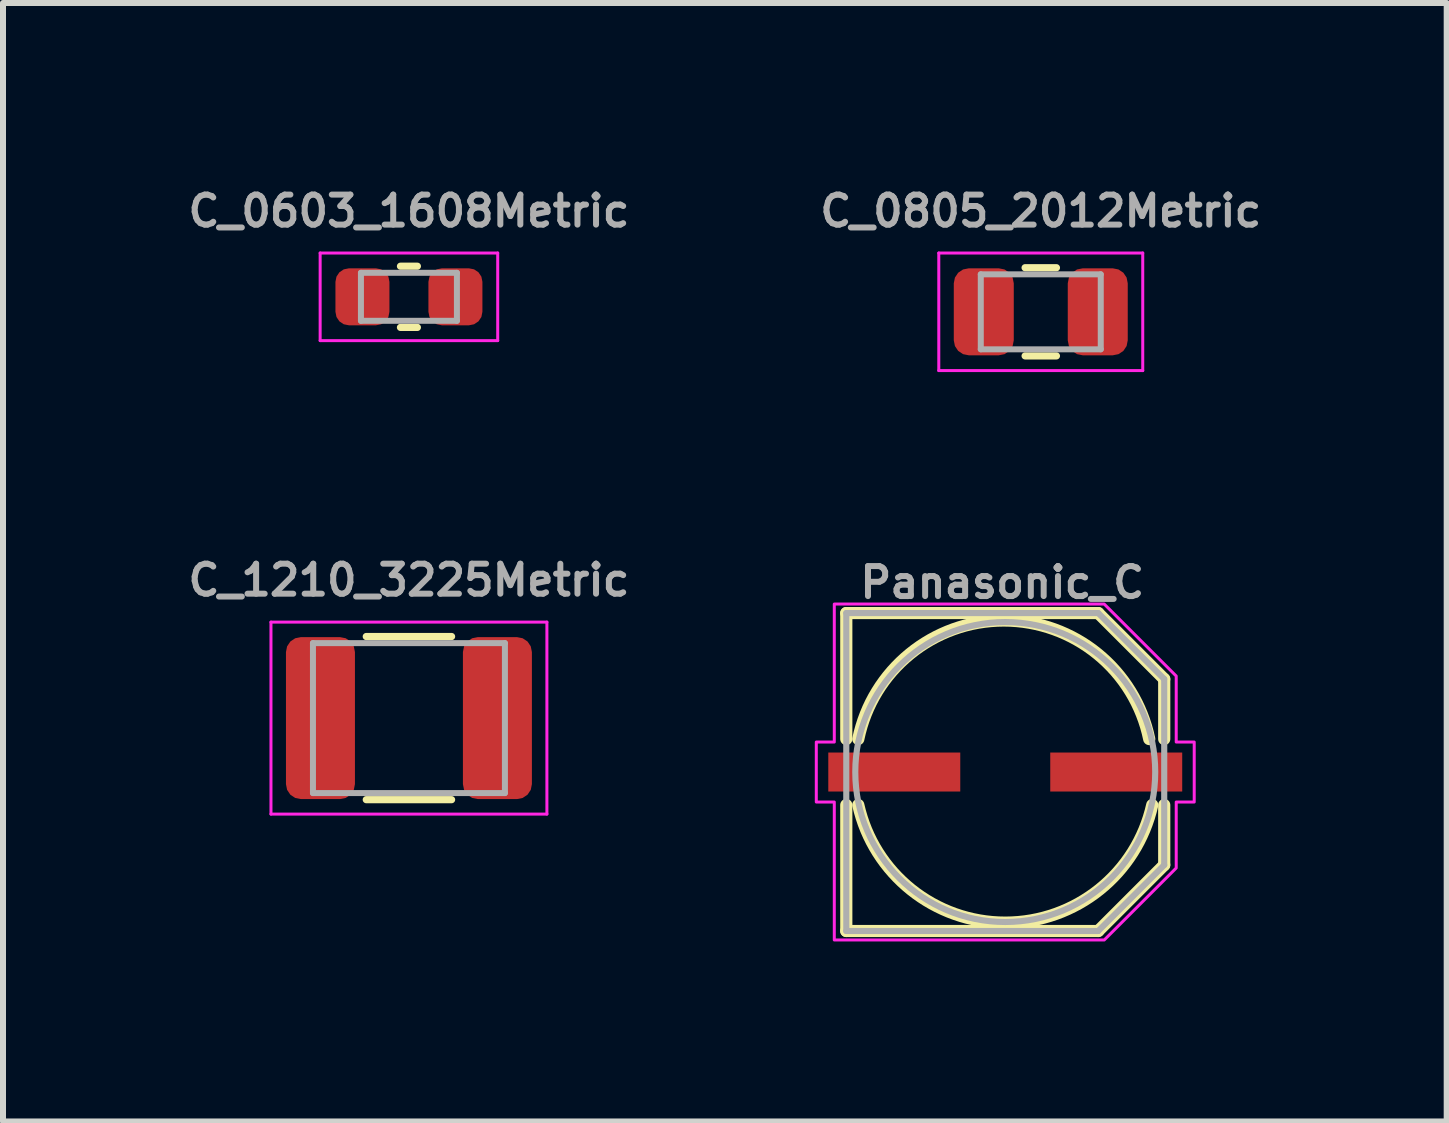
<source format=kicad_pcb>
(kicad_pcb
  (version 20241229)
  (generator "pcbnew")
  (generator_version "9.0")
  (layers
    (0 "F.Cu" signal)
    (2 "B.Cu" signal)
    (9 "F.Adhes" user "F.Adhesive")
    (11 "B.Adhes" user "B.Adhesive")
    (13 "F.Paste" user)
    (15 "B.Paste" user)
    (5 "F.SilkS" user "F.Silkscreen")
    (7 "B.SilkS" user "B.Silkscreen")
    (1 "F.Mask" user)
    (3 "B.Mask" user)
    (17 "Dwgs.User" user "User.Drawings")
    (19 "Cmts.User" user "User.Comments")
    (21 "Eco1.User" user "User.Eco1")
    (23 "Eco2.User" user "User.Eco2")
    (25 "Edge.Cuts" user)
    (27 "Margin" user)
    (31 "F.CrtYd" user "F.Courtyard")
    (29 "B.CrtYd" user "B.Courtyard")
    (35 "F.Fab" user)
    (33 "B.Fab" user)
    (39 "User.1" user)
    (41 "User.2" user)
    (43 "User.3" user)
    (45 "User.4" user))
  (footprint "C_0805_2012Metric"
    (layer "F.Cu")
    (at 14.3 2.148)
    (property "Reference" "C_0805_2012Metric" (at 0 -1.68 0) (layer "F.Fab") (effects (font (size 0.5 0.5) (thickness 0.1) (bold yes))))
    (attr smd)
    (fp_line (start -0.261 -0.735) (end 0.261 -0.735) (stroke (width 0.12) (type solid)) (layer "F.SilkS"))
    (fp_line (start -0.261 0.735) (end 0.261 0.735) (stroke (width 0.12) (type solid)) (layer "F.SilkS"))
    (fp_line (start -1.7 -0.98) (end 1.7 -0.98) (stroke (width 0.05) (type solid)) (layer "F.CrtYd"))
    (fp_line (start -1.7 0.98) (end -1.7 -0.98) (stroke (width 0.05) (type solid)) (layer "F.CrtYd"))
    (fp_line (start 1.7 -0.98) (end 1.7 0.98) (stroke (width 0.05) (type solid)) (layer "F.CrtYd"))
    (fp_line (start 1.7 0.98) (end -1.7 0.98) (stroke (width 0.05) (type solid)) (layer "F.CrtYd"))
    (fp_line (start -1 -0.625) (end 1 -0.625) (stroke (width 0.1) (type solid)) (layer "F.Fab"))
    (fp_line (start -1 0.625) (end -1 -0.625) (stroke (width 0.1) (type solid)) (layer "F.Fab"))
    (fp_line (start 1 -0.625) (end 1 0.625) (stroke (width 0.1) (type solid)) (layer "F.Fab"))
    (fp_line (start 1 0.625) (end -1 0.625) (stroke (width 0.1) (type solid)) (layer "F.Fab"))
    (pad "1" smd roundrect (at -0.95 0) (size 1 1.45) (layers "F.Cu" "F.Mask" "F.Paste") (roundrect_rratio 0.25))
    (pad "2" smd roundrect (at 0.95 0) (size 1 1.45) (layers "F.Cu" "F.Mask" "F.Paste") (roundrect_rratio 0.25)))
  (footprint "C_0603_1608Metric"
    (layer "F.Cu")
    (at 3.767 1.898)
    (property "Reference" "C_0603_1608Metric" (at 0 -1.43 0) (layer "F.Fab") (effects (font (size 0.5 0.5) (thickness 0.1) (bold yes))))
    (attr smd)
    (fp_line (start -0.141 -0.51) (end 0.141 -0.51) (stroke (width 0.12) (type solid)) (layer "F.SilkS"))
    (fp_line (start -0.141 0.51) (end 0.141 0.51) (stroke (width 0.12) (type solid)) (layer "F.SilkS"))
    (fp_line (start -1.48 -0.73) (end 1.48 -0.73) (stroke (width 0.05) (type solid)) (layer "F.CrtYd"))
    (fp_line (start -1.48 0.73) (end -1.48 -0.73) (stroke (width 0.05) (type solid)) (layer "F.CrtYd"))
    (fp_line (start 1.48 -0.73) (end 1.48 0.73) (stroke (width 0.05) (type solid)) (layer "F.CrtYd"))
    (fp_line (start 1.48 0.73) (end -1.48 0.73) (stroke (width 0.05) (type solid)) (layer "F.CrtYd"))
    (fp_line (start -0.8 -0.4) (end 0.8 -0.4) (stroke (width 0.1) (type solid)) (layer "F.Fab"))
    (fp_line (start -0.8 0.4) (end -0.8 -0.4) (stroke (width 0.1) (type solid)) (layer "F.Fab"))
    (fp_line (start 0.8 -0.4) (end 0.8 0.4) (stroke (width 0.1) (type solid)) (layer "F.Fab"))
    (fp_line (start 0.8 0.4) (end -0.8 0.4) (stroke (width 0.1) (type solid)) (layer "F.Fab"))
    (pad "1" smd roundrect (at -0.775 0) (size 0.9 0.95) (layers "F.Cu" "F.Mask" "F.Paste") (roundrect_rratio 0.25))
    (pad "2" smd roundrect (at 0.775 0) (size 0.9 0.95) (layers "F.Cu" "F.Mask" "F.Paste") (roundrect_rratio 0.25)))
  (footprint "C_1210_3225Metric"
    (layer "F.Cu")
    (at 3.767 8.921)
    (property "Reference" "C_1210_3225Metric" (at 0 -2.3 0) (layer "F.Fab") (effects (font (size 0.5 0.5) (thickness 0.1) (bold yes))))
    (attr smd)
    (fp_line (start -0.711 -1.36) (end 0.711 -1.36) (stroke (width 0.12) (type solid)) (layer "F.SilkS"))
    (fp_line (start -0.711 1.36) (end 0.711 1.36) (stroke (width 0.12) (type solid)) (layer "F.SilkS"))
    (fp_line (start -2.3 -1.6) (end 2.3 -1.6) (stroke (width 0.05) (type solid)) (layer "F.CrtYd"))
    (fp_line (start -2.3 1.6) (end -2.3 -1.6) (stroke (width 0.05) (type solid)) (layer "F.CrtYd"))
    (fp_line (start 2.3 -1.6) (end 2.3 1.6) (stroke (width 0.05) (type solid)) (layer "F.CrtYd"))
    (fp_line (start 2.3 1.6) (end -2.3 1.6) (stroke (width 0.05) (type solid)) (layer "F.CrtYd"))
    (fp_line (start -1.6 -1.25) (end 1.6 -1.25) (stroke (width 0.1) (type solid)) (layer "F.Fab"))
    (fp_line (start -1.6 1.25) (end -1.6 -1.25) (stroke (width 0.1) (type solid)) (layer "F.Fab"))
    (fp_line (start 1.6 -1.25) (end 1.6 1.25) (stroke (width 0.1) (type solid)) (layer "F.Fab"))
    (fp_line (start 1.6 1.25) (end -1.6 1.25) (stroke (width 0.1) (type solid)) (layer "F.Fab"))
    (pad "1" smd roundrect (at -1.475 0) (size 1.15 2.7) (layers "F.Cu" "F.Mask" "F.Paste") (roundrect_rratio 0.217))
    (pad "2" smd roundrect (at 1.475 0) (size 1.15 2.7) (layers "F.Cu" "F.Mask" "F.Paste") (roundrect_rratio 0.217)))
  (footprint "Panasonic_C"
    (layer "F.Cu")
    (at 13.658 9.82)
    (property "Reference" "Panasonic_C" (at 0 -2.867 0) (layer "F.Fab") (effects (font (size 0.5 0.5) (thickness 0.1) (bold yes)) (justify bottom)))
    (attr smd)
    (fp_line (start -2.6 -2.65) (end -2.6 -0.55) (stroke (width 0.203) (type solid)) (layer "F.SilkS"))
    (fp_line (start -2.6 -2.65) (end 1.6 -2.65) (stroke (width 0.203) (type solid)) (layer "F.SilkS"))
    (fp_line (start -2.6 2.65) (end -2.6 0.55) (stroke (width 0.203) (type solid)) (layer "F.SilkS"))
    (fp_line (start 1.6 -2.65) (end 2.7 -1.55) (stroke (width 0.203) (type solid)) (layer "F.SilkS"))
    (fp_line (start 1.6 2.65) (end -2.6 2.65) (stroke (width 0.203) (type solid)) (layer "F.SilkS"))
    (fp_line (start 2.7 -1.55) (end 2.7 -0.55) (stroke (width 0.203) (type solid)) (layer "F.SilkS"))
    (fp_line (start 2.7 1.55) (end 1.6 2.65) (stroke (width 0.203) (type solid)) (layer "F.SilkS"))
    (fp_line (start 2.7 1.55) (end 2.7 0.55) (stroke (width 0.203) (type solid)) (layer "F.SilkS"))
    (fp_arc (start -2.4 -0.55) (mid 0.024999 -2.52601) (end 2.449999 -0.55) (stroke (width 0.2032) (type solid)) (layer "F.SilkS"))
    (fp_arc (start 2.5 0.55) (mid 0.049999 2.510977) (end -2.400001 0.55) (stroke (width 0.2032) (type solid)) (layer "F.SilkS"))
    (fp_poly (pts (xy -3.1 -0.5) (xy -2.8 -0.5) (xy -2.8 -2.8) (xy 1.7 -2.8) (xy 2.9 -1.6) (xy 2.9 -0.5) (xy 3.2 -0.5) (xy 3.2 0.5) (xy 2.9 0.5) (xy 2.9 1.6) (xy 1.7 2.8) (xy -2.8 2.8) (xy -2.8 0.5) (xy -3.1 0.5)) (stroke (width 0.05) (type solid)) (fill no) (layer "F.CrtYd"))
    (fp_line (start -2.6 -2.65) (end -2.6 2.65) (stroke (width 0.102) (type solid)) (layer "F.Fab"))
    (fp_line (start -2.6 -2.65) (end 1.6 -2.65) (stroke (width 0.102) (type solid)) (layer "F.Fab"))
    (fp_line (start 1.6 -2.65) (end 2.7 -1.55) (stroke (width 0.102) (type solid)) (layer "F.Fab"))
    (fp_line (start 1.6 2.65) (end -2.6 2.65) (stroke (width 0.102) (type solid)) (layer "F.Fab"))
    (fp_line (start 2.7 -1.55) (end 2.7 1.55) (stroke (width 0.102) (type solid)) (layer "F.Fab"))
    (fp_line (start 2.7 1.55) (end 1.6 2.65) (stroke (width 0.102) (type solid)) (layer "F.Fab"))
    (fp_circle (center 0.05 0) (end 2.55 0) (stroke (width 0.102) (type solid)) (fill no) (layer "F.Fab"))
    (pad "1" smd rect (at 1.9 0) (size 2.2 0.65) (layers "F.Cu" "F.Mask" "F.Paste"))
    (pad "2" smd rect (at -1.8 0) (size 2.2 0.65) (layers "F.Cu" "F.Mask" "F.Paste")))
  (gr_rect
    (start -3 -3)
    (end 21.067 15.645)
    (stroke (width 0.1) (type default))
    (fill no)
    (layer "Edge.Cuts")))
</source>
